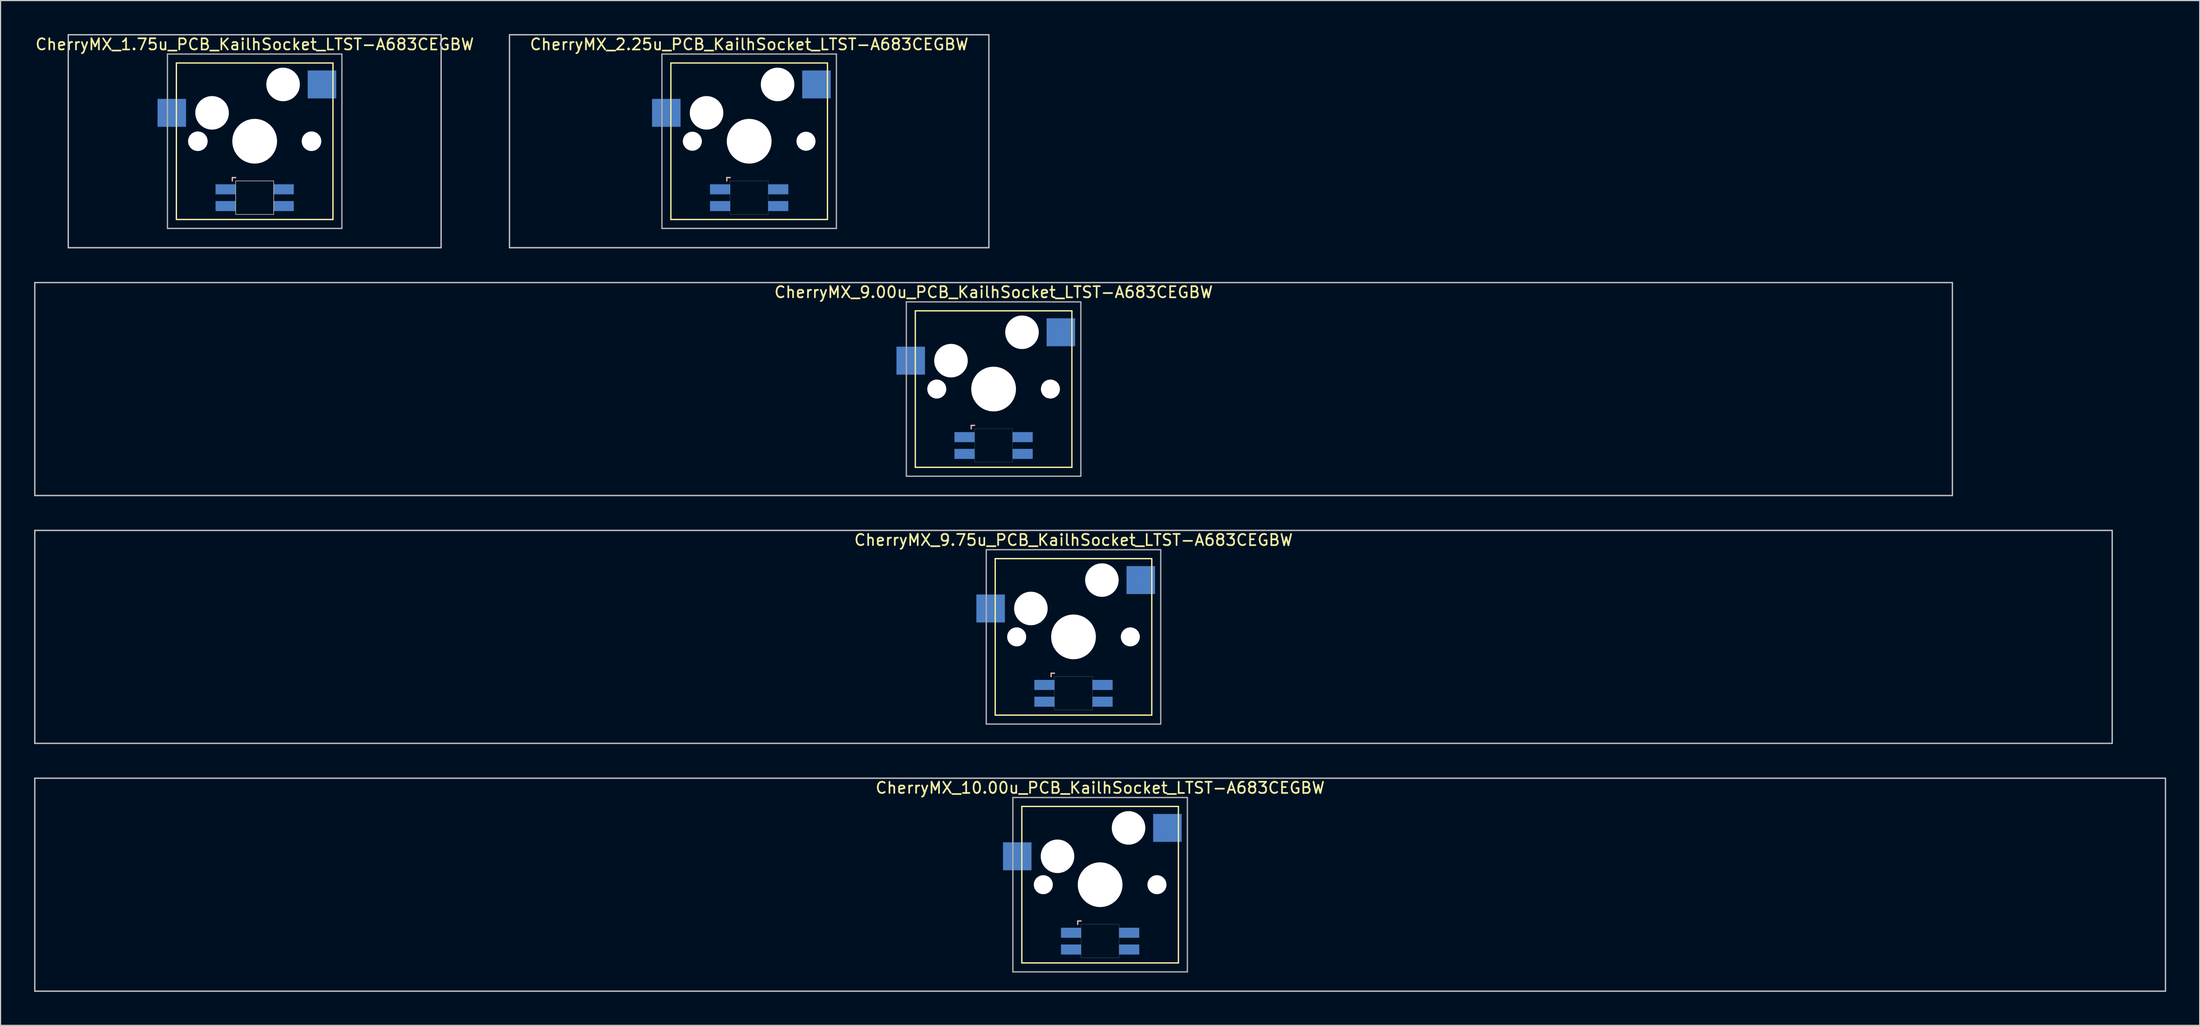
<source format=kicad_pcb>
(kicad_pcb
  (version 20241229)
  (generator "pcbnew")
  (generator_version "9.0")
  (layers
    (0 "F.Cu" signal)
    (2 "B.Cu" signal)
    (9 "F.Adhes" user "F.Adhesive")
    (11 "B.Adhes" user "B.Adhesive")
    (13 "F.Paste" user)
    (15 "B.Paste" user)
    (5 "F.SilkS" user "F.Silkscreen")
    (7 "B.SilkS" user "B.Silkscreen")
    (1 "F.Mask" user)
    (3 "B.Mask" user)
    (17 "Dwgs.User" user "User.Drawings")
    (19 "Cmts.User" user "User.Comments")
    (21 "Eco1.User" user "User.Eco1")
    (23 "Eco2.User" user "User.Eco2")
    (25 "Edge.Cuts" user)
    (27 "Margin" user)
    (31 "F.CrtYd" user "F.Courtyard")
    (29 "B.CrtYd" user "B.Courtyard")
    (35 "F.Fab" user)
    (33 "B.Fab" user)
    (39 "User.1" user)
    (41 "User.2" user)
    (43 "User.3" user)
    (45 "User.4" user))
  (footprint "CherryMX_1.75u_PCB_KailhSocket_LTST-A683CEGBW"
    (layer "F.Cu")
    (at 19.72 9.585)
    (property "Reference" "CherryMX_1.75u_PCB_KailhSocket_LTST-A683CEGBW" (at 0 -8.662 0) (layer "F.SilkS") (effects (font (size 1 1) (thickness 0.15))))
    (attr through_hole)
    (fp_line (start -7 -7) (end -7 7) (stroke (width 0.12) (type solid)) (layer "F.SilkS"))
    (fp_line (start -7 -7) (end 7 -7) (stroke (width 0.12) (type solid)) (layer "F.SilkS"))
    (fp_line (start 7 -7) (end 7 7) (stroke (width 0.12) (type solid)) (layer "F.SilkS"))
    (fp_line (start 7 7) (end -7 7) (stroke (width 0.12) (type solid)) (layer "F.SilkS"))
    (fp_line (start -2 3.25) (end -2 3.55) (stroke (width 0.12) (type solid)) (layer "B.SilkS"))
    (fp_line (start -1.7 3.25) (end -2 3.25) (stroke (width 0.12) (type solid)) (layer "B.SilkS"))
    (fp_line (start -16.669 -9.525) (end 16.669 -9.525) (stroke (width 0.12) (type solid)) (layer "Dwgs.User"))
    (fp_line (start -16.669 9.525) (end -16.669 -9.525) (stroke (width 0.12) (type solid)) (layer "Dwgs.User"))
    (fp_line (start 16.669 -9.525) (end 16.669 9.525) (stroke (width 0.12) (type solid)) (layer "Dwgs.User"))
    (fp_line (start 16.669 9.525) (end -16.669 9.525) (stroke (width 0.12) (type solid)) (layer "Dwgs.User"))
    (fp_line (start -1.7 3.55) (end 1.7 3.55) (stroke (width 0.05) (type solid)) (layer "Edge.Cuts"))
    (fp_line (start -1.7 6.55) (end -1.7 3.55) (stroke (width 0.05) (type solid)) (layer "Edge.Cuts"))
    (fp_line (start 1.7 3.55) (end 1.7 6.55) (stroke (width 0.05) (type solid)) (layer "Edge.Cuts"))
    (fp_line (start 1.7 6.55) (end -1.7 6.55) (stroke (width 0.05) (type solid)) (layer "Edge.Cuts"))
    (fp_line (start -7.8 -7.8) (end -7.8 7.8) (stroke (width 0.12) (type solid)) (layer "F.Fab"))
    (fp_line (start -7.8 -7.8) (end 7.8 -7.8) (stroke (width 0.12) (type solid)) (layer "F.Fab"))
    (fp_line (start -7.8 7.8) (end 7.8 7.8) (stroke (width 0.12) (type solid)) (layer "F.Fab"))
    (fp_line (start 7.8 -7.8) (end 7.8 7.8) (stroke (width 0.12) (type solid)) (layer "F.Fab"))
    (pad "" np_thru_hole circle (at -5.08 0) (size 1.75 1.75) (drill 1.75) (layers "*.Cu" "*.Mask"))
    (pad "" np_thru_hole circle (at -3.81 -2.54) (size 3 3) (drill 3) (layers "*.Cu" "*.Mask"))
    (pad "" np_thru_hole circle (at 0 0) (size 4 4) (drill 4) (layers "*.Cu" "*.Mask"))
    (pad "" np_thru_hole circle (at 2.54 -5.08) (size 3 3) (drill 3) (layers "*.Cu" "*.Mask"))
    (pad "" np_thru_hole circle (at 5.08 0) (size 1.75 1.75) (drill 1.75) (layers "*.Cu" "*.Mask"))
    (pad "1" smd rect (at -7.41 -2.54) (size 2.55 2.5) (layers "B.Cu" "B.Mask" "B.Paste"))
    (pad "2" smd rect (at 6.015 -5.08) (size 2.55 2.5) (layers "B.Cu" "B.Mask" "B.Paste"))
    (pad "3" smd rect (at -2.6 4.3) (size 1.8 0.9) (layers "B.Cu" "B.Mask" "B.Paste"))
    (pad "4" smd rect (at -2.6 5.8) (size 1.8 0.9) (layers "B.Cu" "B.Mask" "B.Paste"))
    (pad "5" smd rect (at 2.6 4.3) (size 1.8 0.9) (layers "B.Cu" "B.Mask" "B.Paste"))
    (pad "6" smd rect (at 2.6 5.8) (size 1.8 0.9) (layers "B.Cu" "B.Mask" "B.Paste")))
  (footprint "CherryMX_10.00u_PCB_KailhSocket_LTST-A683CEGBW"
    (layer "F.Cu")
    (at 95.31 76.095)
    (property "Reference" "CherryMX_10.00u_PCB_KailhSocket_LTST-A683CEGBW" (at 0 -8.662 0) (layer "F.SilkS") (effects (font (size 1 1) (thickness 0.15))))
    (attr through_hole)
    (fp_line (start -7 -7) (end -7 7) (stroke (width 0.12) (type solid)) (layer "F.SilkS"))
    (fp_line (start -7 -7) (end 7 -7) (stroke (width 0.12) (type solid)) (layer "F.SilkS"))
    (fp_line (start 7 -7) (end 7 7) (stroke (width 0.12) (type solid)) (layer "F.SilkS"))
    (fp_line (start 7 7) (end -7 7) (stroke (width 0.12) (type solid)) (layer "F.SilkS"))
    (fp_line (start -2 3.25) (end -2 3.55) (stroke (width 0.12) (type solid)) (layer "B.SilkS"))
    (fp_line (start -1.7 3.25) (end -2 3.25) (stroke (width 0.12) (type solid)) (layer "B.SilkS"))
    (fp_line (start -95.25 -9.525) (end 95.25 -9.525) (stroke (width 0.12) (type solid)) (layer "Dwgs.User"))
    (fp_line (start -95.25 9.525) (end -95.25 -9.525) (stroke (width 0.12) (type solid)) (layer "Dwgs.User"))
    (fp_line (start 95.25 -9.525) (end 95.25 9.525) (stroke (width 0.12) (type solid)) (layer "Dwgs.User"))
    (fp_line (start 95.25 9.525) (end -95.25 9.525) (stroke (width 0.12) (type solid)) (layer "Dwgs.User"))
    (fp_poly (pts (xy 1.7 6.55) (xy -1.7 6.55) (xy -1.7 3.55) (xy 1.7 3.55)) (stroke (width 0.01) (type solid)) (fill no) (layer "Edge.Cuts"))
    (fp_line (start -7.8 -7.8) (end -7.8 7.8) (stroke (width 0.12) (type solid)) (layer "F.Fab"))
    (fp_line (start -7.8 -7.8) (end 7.8 -7.8) (stroke (width 0.12) (type solid)) (layer "F.Fab"))
    (fp_line (start -7.8 7.8) (end 7.8 7.8) (stroke (width 0.12) (type solid)) (layer "F.Fab"))
    (fp_line (start 7.8 -7.8) (end 7.8 7.8) (stroke (width 0.12) (type solid)) (layer "F.Fab"))
    (pad "" np_thru_hole circle (at -5.08 0) (size 1.7 1.7) (drill 1.7) (layers "*.Cu" "*.Mask"))
    (pad "" np_thru_hole circle (at -3.81 -2.54) (size 3 3) (drill 3) (layers "*.Cu" "*.Mask"))
    (pad "" np_thru_hole circle (at 0 0) (size 4 4) (drill 4) (layers "*.Cu" "*.Mask"))
    (pad "" np_thru_hole circle (at 2.54 -5.08) (size 3 3) (drill 3) (layers "*.Cu" "*.Mask"))
    (pad "" np_thru_hole circle (at 5.08 0) (size 1.7 1.7) (drill 1.7) (layers "*.Cu" "*.Mask"))
    (pad "1" smd rect (at -7.41 -2.54) (size 2.55 2.5) (layers "B.Cu" "B.Mask" "B.Paste"))
    (pad "2" smd rect (at 6.015 -5.08) (size 2.55 2.5) (layers "B.Cu" "B.Mask" "B.Paste"))
    (pad "3" smd rect (at -2.6 4.3) (size 1.8 0.9) (layers "B.Cu" "B.Mask" "B.Paste"))
    (pad "4" smd rect (at -2.6 5.8) (size 1.8 0.9) (layers "B.Cu" "B.Mask" "B.Paste"))
    (pad "5" smd rect (at 2.6 4.3) (size 1.8 0.9) (layers "B.Cu" "B.Mask" "B.Paste"))
    (pad "6" smd rect (at 2.6 5.8) (size 1.8 0.9) (layers "B.Cu" "B.Mask" "B.Paste")))
  (footprint "CherryMX_2.25u_PCB_KailhSocket_LTST-A683CEGBW"
    (layer "F.Cu")
    (at 63.932 9.585)
    (property "Reference" "CherryMX_2.25u_PCB_KailhSocket_LTST-A683CEGBW" (at 0 -8.662 0) (layer "F.SilkS") (effects (font (size 1 1) (thickness 0.15))))
    (attr through_hole)
    (fp_line (start -7 -7) (end -7 7) (stroke (width 0.12) (type solid)) (layer "F.SilkS"))
    (fp_line (start -7 -7) (end 7 -7) (stroke (width 0.12) (type solid)) (layer "F.SilkS"))
    (fp_line (start 7 -7) (end 7 7) (stroke (width 0.12) (type solid)) (layer "F.SilkS"))
    (fp_line (start 7 7) (end -7 7) (stroke (width 0.12) (type solid)) (layer "F.SilkS"))
    (fp_line (start -2 3.25) (end -2 3.55) (stroke (width 0.12) (type solid)) (layer "B.SilkS"))
    (fp_line (start -1.7 3.25) (end -2 3.25) (stroke (width 0.12) (type solid)) (layer "B.SilkS"))
    (fp_line (start -21.431 -9.525) (end 21.431 -9.525) (stroke (width 0.12) (type solid)) (layer "Dwgs.User"))
    (fp_line (start -21.431 9.525) (end -21.431 -9.525) (stroke (width 0.12) (type solid)) (layer "Dwgs.User"))
    (fp_line (start 21.431 -9.525) (end 21.431 9.525) (stroke (width 0.12) (type solid)) (layer "Dwgs.User"))
    (fp_line (start 21.431 9.525) (end -21.431 9.525) (stroke (width 0.12) (type solid)) (layer "Dwgs.User"))
    (fp_poly (pts (xy 1.7 6.55) (xy -1.7 6.55) (xy -1.7 3.55) (xy 1.7 3.55)) (stroke (width 0.01) (type solid)) (fill no) (layer "Edge.Cuts"))
    (fp_line (start -7.8 -7.8) (end -7.8 7.8) (stroke (width 0.12) (type solid)) (layer "F.Fab"))
    (fp_line (start -7.8 -7.8) (end 7.8 -7.8) (stroke (width 0.12) (type solid)) (layer "F.Fab"))
    (fp_line (start -7.8 7.8) (end 7.8 7.8) (stroke (width 0.12) (type solid)) (layer "F.Fab"))
    (fp_line (start 7.8 -7.8) (end 7.8 7.8) (stroke (width 0.12) (type solid)) (layer "F.Fab"))
    (pad "" np_thru_hole circle (at -5.08 0) (size 1.7 1.7) (drill 1.7) (layers "*.Cu" "*.Mask"))
    (pad "" np_thru_hole circle (at -3.81 -2.54) (size 3 3) (drill 3) (layers "*.Cu" "*.Mask"))
    (pad "" np_thru_hole circle (at 0 0) (size 4 4) (drill 4) (layers "*.Cu" "*.Mask"))
    (pad "" np_thru_hole circle (at 2.54 -5.08) (size 3 3) (drill 3) (layers "*.Cu" "*.Mask"))
    (pad "" np_thru_hole circle (at 5.08 0) (size 1.7 1.7) (drill 1.7) (layers "*.Cu" "*.Mask"))
    (pad "1" smd rect (at -7.41 -2.54) (size 2.55 2.5) (layers "B.Cu" "B.Mask" "B.Paste"))
    (pad "2" smd rect (at 6.015 -5.08) (size 2.55 2.5) (layers "B.Cu" "B.Mask" "B.Paste"))
    (pad "3" smd rect (at -2.6 4.3) (size 1.8 0.9) (layers "B.Cu" "B.Mask" "B.Paste"))
    (pad "4" smd rect (at -2.6 5.8) (size 1.8 0.9) (layers "B.Cu" "B.Mask" "B.Paste"))
    (pad "5" smd rect (at 2.6 4.3) (size 1.8 0.9) (layers "B.Cu" "B.Mask" "B.Paste"))
    (pad "6" smd rect (at 2.6 5.8) (size 1.8 0.9) (layers "B.Cu" "B.Mask" "B.Paste")))
  (footprint "CherryMX_9.75u_PCB_KailhSocket_LTST-A683CEGBW"
    (layer "F.Cu")
    (at 92.929 53.925)
    (property "Reference" "CherryMX_9.75u_PCB_KailhSocket_LTST-A683CEGBW" (at 0 -8.662 0) (layer "F.SilkS") (effects (font (size 1 1) (thickness 0.15))))
    (attr through_hole)
    (fp_line (start -7 -7) (end -7 7) (stroke (width 0.12) (type solid)) (layer "F.SilkS"))
    (fp_line (start -7 -7) (end 7 -7) (stroke (width 0.12) (type solid)) (layer "F.SilkS"))
    (fp_line (start 7 -7) (end 7 7) (stroke (width 0.12) (type solid)) (layer "F.SilkS"))
    (fp_line (start 7 7) (end -7 7) (stroke (width 0.12) (type solid)) (layer "F.SilkS"))
    (fp_line (start -2 3.25) (end -2 3.55) (stroke (width 0.12) (type solid)) (layer "B.SilkS"))
    (fp_line (start -1.7 3.25) (end -2 3.25) (stroke (width 0.12) (type solid)) (layer "B.SilkS"))
    (fp_line (start -92.869 -9.525) (end 92.869 -9.525) (stroke (width 0.12) (type solid)) (layer "Dwgs.User"))
    (fp_line (start -92.869 9.525) (end -92.869 -9.525) (stroke (width 0.12) (type solid)) (layer "Dwgs.User"))
    (fp_line (start 92.869 -9.525) (end 92.869 9.525) (stroke (width 0.12) (type solid)) (layer "Dwgs.User"))
    (fp_line (start 92.869 9.525) (end -92.869 9.525) (stroke (width 0.12) (type solid)) (layer "Dwgs.User"))
    (fp_poly (pts (xy 1.7 6.55) (xy -1.7 6.55) (xy -1.7 3.55) (xy 1.7 3.55)) (stroke (width 0.01) (type solid)) (fill no) (layer "Edge.Cuts"))
    (fp_line (start -7.8 -7.8) (end -7.8 7.8) (stroke (width 0.12) (type solid)) (layer "F.Fab"))
    (fp_line (start -7.8 -7.8) (end 7.8 -7.8) (stroke (width 0.12) (type solid)) (layer "F.Fab"))
    (fp_line (start -7.8 7.8) (end 7.8 7.8) (stroke (width 0.12) (type solid)) (layer "F.Fab"))
    (fp_line (start 7.8 -7.8) (end 7.8 7.8) (stroke (width 0.12) (type solid)) (layer "F.Fab"))
    (pad "" np_thru_hole circle (at -5.08 0) (size 1.7 1.7) (drill 1.7) (layers "*.Cu" "*.Mask"))
    (pad "" np_thru_hole circle (at -3.81 -2.54) (size 3 3) (drill 3) (layers "*.Cu" "*.Mask"))
    (pad "" np_thru_hole circle (at 0 0) (size 4 4) (drill 4) (layers "*.Cu" "*.Mask"))
    (pad "" np_thru_hole circle (at 2.54 -5.08) (size 3 3) (drill 3) (layers "*.Cu" "*.Mask"))
    (pad "" np_thru_hole circle (at 5.08 0) (size 1.7 1.7) (drill 1.7) (layers "*.Cu" "*.Mask"))
    (pad "1" smd rect (at -7.41 -2.54) (size 2.55 2.5) (layers "B.Cu" "B.Mask" "B.Paste"))
    (pad "2" smd rect (at 6.015 -5.08) (size 2.55 2.5) (layers "B.Cu" "B.Mask" "B.Paste"))
    (pad "3" smd rect (at -2.6 4.3) (size 1.8 0.9) (layers "B.Cu" "B.Mask" "B.Paste"))
    (pad "4" smd rect (at -2.6 5.8) (size 1.8 0.9) (layers "B.Cu" "B.Mask" "B.Paste"))
    (pad "5" smd rect (at 2.6 4.3) (size 1.8 0.9) (layers "B.Cu" "B.Mask" "B.Paste"))
    (pad "6" smd rect (at 2.6 5.8) (size 1.8 0.9) (layers "B.Cu" "B.Mask" "B.Paste")))
  (footprint "CherryMX_9.00u_PCB_KailhSocket_LTST-A683CEGBW"
    (layer "F.Cu")
    (at 85.785 31.755)
    (property "Reference" "CherryMX_9.00u_PCB_KailhSocket_LTST-A683CEGBW" (at 0 -8.662 0) (layer "F.SilkS") (effects (font (size 1 1) (thickness 0.15))))
    (attr through_hole)
    (fp_line (start -7 -7) (end -7 7) (stroke (width 0.12) (type solid)) (layer "F.SilkS"))
    (fp_line (start -7 -7) (end 7 -7) (stroke (width 0.12) (type solid)) (layer "F.SilkS"))
    (fp_line (start 7 -7) (end 7 7) (stroke (width 0.12) (type solid)) (layer "F.SilkS"))
    (fp_line (start 7 7) (end -7 7) (stroke (width 0.12) (type solid)) (layer "F.SilkS"))
    (fp_line (start -2 3.25) (end -2 3.55) (stroke (width 0.12) (type solid)) (layer "B.SilkS"))
    (fp_line (start -1.7 3.25) (end -2 3.25) (stroke (width 0.12) (type solid)) (layer "B.SilkS"))
    (fp_line (start -85.725 -9.525) (end 85.725 -9.525) (stroke (width 0.12) (type solid)) (layer "Dwgs.User"))
    (fp_line (start -85.725 9.525) (end -85.725 -9.525) (stroke (width 0.12) (type solid)) (layer "Dwgs.User"))
    (fp_line (start 85.725 -9.525) (end 85.725 9.525) (stroke (width 0.12) (type solid)) (layer "Dwgs.User"))
    (fp_line (start 85.725 9.525) (end -85.725 9.525) (stroke (width 0.12) (type solid)) (layer "Dwgs.User"))
    (fp_poly (pts (xy 1.7 6.55) (xy -1.7 6.55) (xy -1.7 3.55) (xy 1.7 3.55)) (stroke (width 0.01) (type solid)) (fill no) (layer "Edge.Cuts"))
    (fp_line (start -7.8 -7.8) (end -7.8 7.8) (stroke (width 0.12) (type solid)) (layer "F.Fab"))
    (fp_line (start -7.8 -7.8) (end 7.8 -7.8) (stroke (width 0.12) (type solid)) (layer "F.Fab"))
    (fp_line (start -7.8 7.8) (end 7.8 7.8) (stroke (width 0.12) (type solid)) (layer "F.Fab"))
    (fp_line (start 7.8 -7.8) (end 7.8 7.8) (stroke (width 0.12) (type solid)) (layer "F.Fab"))
    (pad "" np_thru_hole circle (at -5.08 0) (size 1.7 1.7) (drill 1.7) (layers "*.Cu" "*.Mask"))
    (pad "" np_thru_hole circle (at -3.81 -2.54) (size 3 3) (drill 3) (layers "*.Cu" "*.Mask"))
    (pad "" np_thru_hole circle (at 0 0) (size 4 4) (drill 4) (layers "*.Cu" "*.Mask"))
    (pad "" np_thru_hole circle (at 2.54 -5.08) (size 3 3) (drill 3) (layers "*.Cu" "*.Mask"))
    (pad "" np_thru_hole circle (at 5.08 0) (size 1.7 1.7) (drill 1.7) (layers "*.Cu" "*.Mask"))
    (pad "1" smd rect (at -7.41 -2.54) (size 2.55 2.5) (layers "B.Cu" "B.Mask" "B.Paste"))
    (pad "2" smd rect (at 6.015 -5.08) (size 2.55 2.5) (layers "B.Cu" "B.Mask" "B.Paste"))
    (pad "3" smd rect (at -2.6 4.3) (size 1.8 0.9) (layers "B.Cu" "B.Mask" "B.Paste"))
    (pad "4" smd rect (at -2.6 5.8) (size 1.8 0.9) (layers "B.Cu" "B.Mask" "B.Paste"))
    (pad "5" smd rect (at 2.6 4.3) (size 1.8 0.9) (layers "B.Cu" "B.Mask" "B.Paste"))
    (pad "6" smd rect (at 2.6 5.8) (size 1.8 0.9) (layers "B.Cu" "B.Mask" "B.Paste")))
  (gr_rect
    (start -3 -3)
    (end 193.62 88.68)
    (stroke (width 0.1) (type default))
    (fill no)
    (layer "Edge.Cuts")))
</source>
